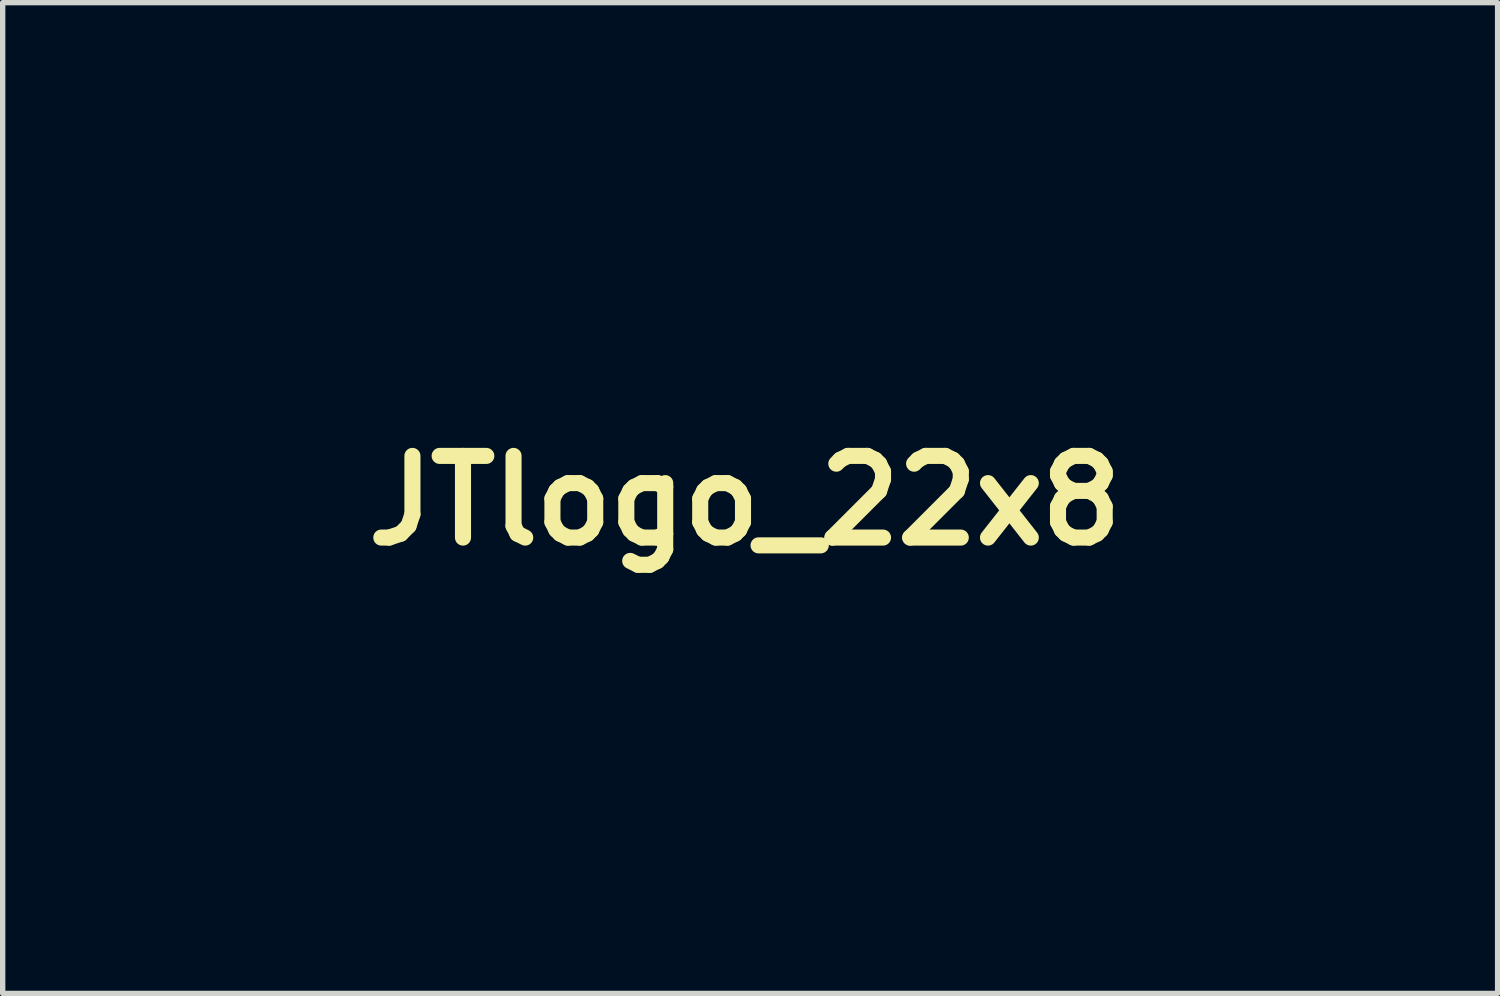
<source format=kicad_pcb>
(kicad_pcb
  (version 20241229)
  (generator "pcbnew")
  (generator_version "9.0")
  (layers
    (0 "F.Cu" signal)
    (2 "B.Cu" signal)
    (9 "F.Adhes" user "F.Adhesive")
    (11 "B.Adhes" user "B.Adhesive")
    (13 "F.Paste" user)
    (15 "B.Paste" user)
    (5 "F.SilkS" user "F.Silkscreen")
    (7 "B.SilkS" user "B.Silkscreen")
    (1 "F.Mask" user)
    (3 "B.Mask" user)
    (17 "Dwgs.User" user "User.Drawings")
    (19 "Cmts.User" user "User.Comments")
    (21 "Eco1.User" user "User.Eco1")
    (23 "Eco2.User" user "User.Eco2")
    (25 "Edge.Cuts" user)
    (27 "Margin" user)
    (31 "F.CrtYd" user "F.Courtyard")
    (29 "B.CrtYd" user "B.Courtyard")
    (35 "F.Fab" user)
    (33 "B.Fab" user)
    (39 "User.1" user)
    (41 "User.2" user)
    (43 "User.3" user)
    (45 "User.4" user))
  (footprint "JTlogo_22x8"
    (layer "F.Cu")
    (at 10.851 6.292)
    (property "Reference" "JTlogo_22x8" (at 0 0 0) (layer "F.SilkS") (effects (font (size 1.524 1.524) (thickness 0.3))))
    (attr through_hole)
    (fp_poly (pts (xy 10.924 -3.396) (xy 10.999 -3.39) (xy 11.034 -3.377) (xy 11.04 -3.354) (xy 11.037 -3.342) (xy 11.021 -3.281) (xy 10.991 -3.171) (xy 10.949 -3.017) (xy 10.899 -2.829) (xy 10.841 -2.612) (xy 10.778 -2.376) (xy 10.711 -2.126) (xy 10.643 -1.871) (xy 10.576 -1.618) (xy 10.511 -1.374) (xy 10.451 -1.147) (xy 10.397 -0.944) (xy 10.352 -0.773) (xy 10.317 -0.641) (xy 10.295 -0.556) (xy 10.287 -0.524) (xy 10.256 -0.521) (xy 10.168 -0.518) (xy 10.028 -0.516) (xy 9.842 -0.513) (xy 9.615 -0.511) (xy 9.355 -0.51) (xy 9.067 -0.509) (xy 8.756 -0.508) (xy 8.62 -0.508) (xy 8.301 -0.508) (xy 8.003 -0.507) (xy 7.73 -0.506) (xy 7.489 -0.504) (xy 7.285 -0.503) (xy 7.125 -0.5) (xy 7.014 -0.498) (xy 6.959 -0.496) (xy 6.953 -0.494) (xy 6.945 -0.463) (xy 6.922 -0.373) (xy 6.884 -0.231) (xy 6.833 -0.039) (xy 6.77 0.199) (xy 6.696 0.478) (xy 6.611 0.795) (xy 6.518 1.145) (xy 6.416 1.524) (xy 6.308 1.93) (xy 6.194 2.357) (xy 6.075 2.802) (xy 6.064 2.842) (xy 5.945 3.288) (xy 5.83 3.717) (xy 5.721 4.124) (xy 5.619 4.506) (xy 5.525 4.859) (xy 5.44 5.179) (xy 5.365 5.461) (xy 5.3 5.703) (xy 5.248 5.899) (xy 5.209 6.046) (xy 5.185 6.14) (xy 5.175 6.177) (xy 5.175 6.178) (xy 5.145 6.18) (xy 5.057 6.183) (xy 4.918 6.185) (xy 4.734 6.187) (xy 4.513 6.189) (xy 4.259 6.19) (xy 3.98 6.191) (xy 3.731 6.191) (xy 3.435 6.191) (xy 3.159 6.19) (xy 2.91 6.189) (xy 2.694 6.188) (xy 2.518 6.186) (xy 2.387 6.184) (xy 2.308 6.182) (xy 2.286 6.18) (xy 2.295 6.145) (xy 2.316 6.077) (xy 2.316 6.077) (xy 2.344 5.985) (xy 2.375 5.874) (xy 2.381 5.85) (xy 2.415 5.715) (xy 3.605 5.715) (xy 3.873 5.715) (xy 4.119 5.713) (xy 4.338 5.711) (xy 4.522 5.709) (xy 4.664 5.705) (xy 4.757 5.702) (xy 4.794 5.698) (xy 4.794 5.697) (xy 4.802 5.665) (xy 4.825 5.577) (xy 4.862 5.437) (xy 4.912 5.251) (xy 4.972 5.022) (xy 5.043 4.757) (xy 5.122 4.459) (xy 5.209 4.135) (xy 5.301 3.788) (xy 5.399 3.423) (xy 5.499 3.046) (xy 5.602 2.661) (xy 5.706 2.273) (xy 5.809 1.888) (xy 5.91 1.509) (xy 6.008 1.142) (xy 6.102 0.792) (xy 6.19 0.463) (xy 6.271 0.161) (xy 6.344 -0.11) (xy 6.407 -0.345) (xy 6.459 -0.539) (xy 6.499 -0.687) (xy 6.525 -0.784) (xy 6.53 -0.802) (xy 6.581 -0.984) (xy 9.904 -0.984) (xy 9.935 -1.103) (xy 9.951 -1.162) (xy 9.981 -1.273) (xy 10.023 -1.43) (xy 10.075 -1.624) (xy 10.134 -1.848) (xy 10.2 -2.093) (xy 10.254 -2.294) (xy 10.321 -2.544) (xy 10.382 -2.775) (xy 10.436 -2.978) (xy 10.481 -3.148) (xy 10.515 -3.276) (xy 10.535 -3.356) (xy 10.541 -3.381) (xy 10.57 -3.389) (xy 10.648 -3.394) (xy 10.759 -3.397) (xy 10.797 -3.397) (xy 10.924 -3.396)) (stroke (width 0.01) (type solid)) (fill no) (layer "Eco2.User"))
    (fp_poly (pts (xy 0.182 -6.286) (xy 0.475 -6.285) (xy 0.714 -6.283) (xy 0.903 -6.28) (xy 1.047 -6.276) (xy 1.15 -6.271) (xy 1.217 -6.265) (xy 1.253 -6.256) (xy 1.262 -6.247) (xy 1.261 -6.246) (xy 1.249 -6.205) (xy 1.223 -6.112) (xy 1.186 -5.978) (xy 1.141 -5.811) (xy 1.09 -5.621) (xy 1.036 -5.417) (xy 0.98 -5.208) (xy 0.926 -5.003) (xy 0.876 -4.812) (xy 0.832 -4.644) (xy 0.796 -4.508) (xy 0.773 -4.414) (xy 0.762 -4.37) (xy 0.762 -4.368) (xy 0.791 -4.36) (xy 0.869 -4.355) (xy 0.98 -4.355) (xy 1.021 -4.356) (xy 1.28 -4.366) (xy 1.335 -4.572) (xy 1.372 -4.708) (xy 1.416 -4.871) (xy 1.458 -5.028) (xy 1.461 -5.04) (xy 1.531 -5.302) (xy 1.784 -5.302) (xy 1.909 -5.301) (xy 1.983 -5.295) (xy 2.017 -5.281) (xy 2.022 -5.258) (xy 2.02 -5.247) (xy 2.006 -5.196) (xy 1.979 -5.097) (xy 1.944 -4.965) (xy 1.904 -4.814) (xy 1.903 -4.811) (xy 1.863 -4.662) (xy 1.828 -4.533) (xy 1.802 -4.439) (xy 1.787 -4.392) (xy 1.787 -4.391) (xy 1.795 -4.385) (xy 1.824 -4.379) (xy 1.879 -4.374) (xy 1.961 -4.37) (xy 2.074 -4.366) (xy 2.22 -4.362) (xy 2.402 -4.359) (xy 2.623 -4.356) (xy 2.885 -4.354) (xy 3.192 -4.351) (xy 3.546 -4.349) (xy 3.949 -4.347) (xy 4.406 -4.346) (xy 4.918 -4.344) (xy 5.489 -4.343) (xy 6.023 -4.342) (xy 10.274 -4.334) (xy 9.894 -2.913) (xy 9.514 -1.492) (xy 7.856 -1.492) (xy 7.473 -1.492) (xy 7.149 -1.491) (xy 6.88 -1.489) (xy 6.662 -1.486) (xy 6.49 -1.483) (xy 6.362 -1.478) (xy 6.271 -1.472) (xy 6.214 -1.465) (xy 6.187 -1.456) (xy 6.184 -1.453) (xy 6.174 -1.417) (xy 6.149 -1.324) (xy 6.11 -1.178) (xy 6.057 -0.983) (xy 5.993 -0.742) (xy 5.917 -0.46) (xy 5.832 -0.14) (xy 5.737 0.212) (xy 5.635 0.594) (xy 5.527 1.002) (xy 5.412 1.43) (xy 5.293 1.876) (xy 5.284 1.913) (xy 4.397 5.238) (xy 2.961 5.238) (xy 2.598 5.238) (xy 2.295 5.237) (xy 2.048 5.234) (xy 1.854 5.231) (xy 1.708 5.226) (xy 1.607 5.22) (xy 1.547 5.212) (xy 1.524 5.203) (xy 1.524 5.202) (xy 1.532 5.168) (xy 1.555 5.077) (xy 1.592 4.936) (xy 1.641 4.749) (xy 1.701 4.522) (xy 1.77 4.26) (xy 1.848 3.968) (xy 1.932 3.652) (xy 2.021 3.316) (xy 2.115 2.966) (xy 2.21 2.608) (xy 2.307 2.246) (xy 2.404 1.886) (xy 2.498 1.532) (xy 2.59 1.191) (xy 2.676 0.868) (xy 2.757 0.567) (xy 2.831 0.294) (xy 2.896 0.055) (xy 2.95 -0.146) (xy 2.993 -0.303) (xy 3.023 -0.411) (xy 3.038 -0.465) (xy 3.04 -0.469) (xy 3.032 -0.479) (xy 2.997 -0.488) (xy 2.929 -0.494) (xy 2.823 -0.499) (xy 2.675 -0.502) (xy 2.478 -0.503) (xy 2.228 -0.502) (xy 1.921 -0.501) (xy 1.901 -0.5) (xy 0.747 -0.492) (xy 0.333 1.048) (xy 0.249 1.359) (xy 0.166 1.66) (xy 0.087 1.943) (xy 0.013 2.201) (xy -0.052 2.426) (xy -0.108 2.612) (xy -0.152 2.752) (xy -0.182 2.837) (xy -0.184 2.842) (xy -0.425 3.351) (xy -0.719 3.831) (xy -1.064 4.28) (xy -1.453 4.692) (xy -1.882 5.064) (xy -2.347 5.393) (xy -2.844 5.674) (xy -3.367 5.903) (xy -3.912 6.077) (xy -4.064 6.115) (xy -4.128 6.128) (xy -4.201 6.139) (xy -4.288 6.148) (xy -4.397 6.156) (xy -4.533 6.162) (xy -4.702 6.167) (xy -4.91 6.171) (xy -5.164 6.174) (xy -5.47 6.176) (xy -5.81 6.179) (xy -6.192 6.181) (xy -6.515 6.181) (xy -6.784 6.18) (xy -7.006 6.177) (xy -7.186 6.173) (xy -7.327 6.167) (xy -7.437 6.16) (xy -7.519 6.15) (xy -7.546 6.145) (xy -7.961 6.041) (xy -8.363 5.886) (xy -8.66 5.733) (xy -8.791 5.644) (xy -8.946 5.521) (xy -9.109 5.378) (xy -9.263 5.23) (xy -9.392 5.092) (xy -9.436 5.038) (xy -9.54 4.905) (xy -9.397 5.019) (xy -9.1 5.225) (xy -8.759 5.408) (xy -8.39 5.559) (xy -8.12 5.641) (xy -8.029 5.657) (xy -7.883 5.67) (xy -7.689 5.682) (xy -7.457 5.692) (xy -7.193 5.701) (xy -6.906 5.707) (xy -6.605 5.711) (xy -6.297 5.714) (xy -5.99 5.714) (xy -5.693 5.712) (xy -5.414 5.708) (xy -5.16 5.702) (xy -4.94 5.693) (xy -4.763 5.682) (xy -4.635 5.669) (xy -4.62 5.666) (xy -4.102 5.549) (xy -3.594 5.372) (xy -3.101 5.14) (xy -2.63 4.857) (xy -2.185 4.528) (xy -1.772 4.157) (xy -1.397 3.747) (xy -1.065 3.303) (xy -0.781 2.829) (xy -0.731 2.732) (xy -0.681 2.63) (xy -0.636 2.535) (xy -0.594 2.441) (xy -0.554 2.341) (xy -0.514 2.231) (xy -0.472 2.104) (xy -0.425 1.953) (xy -0.372 1.773) (xy -0.311 1.557) (xy -0.241 1.3) (xy -0.158 0.996) (xy -0.062 0.637) (xy -0.033 0.532) (xy 0.369 -0.968) (xy 1.77 -0.977) (xy 3.171 -0.985) (xy 3.218 -1.151) (xy 3.25 -1.264) (xy 3.277 -1.365) (xy 3.288 -1.405) (xy 3.309 -1.492) (xy 1.656 -1.492) (xy 1.335 -1.492) (xy 1.034 -1.49) (xy 0.76 -1.488) (xy 0.518 -1.485) (xy 0.315 -1.481) (xy 0.155 -1.476) (xy 0.045 -1.471) (xy -0.009 -1.466) (xy -0.014 -1.464) (xy -0.025 -1.429) (xy -0.051 -1.338) (xy -0.09 -1.198) (xy -0.141 -1.015) (xy -0.201 -0.795) (xy -0.269 -0.543) (xy -0.344 -0.267) (xy -0.423 0.029) (xy -0.429 0.052) (xy -0.53 0.43) (xy -0.618 0.752) (xy -0.693 1.026) (xy -0.758 1.256) (xy -0.815 1.45) (xy -0.866 1.614) (xy -0.912 1.753) (xy -0.956 1.873) (xy -1 1.982) (xy -1.046 2.085) (xy -1.095 2.189) (xy -1.132 2.264) (xy -1.332 2.629) (xy -1.552 2.964) (xy -1.805 3.285) (xy -2.101 3.606) (xy -2.26 3.763) (xy -2.678 4.126) (xy -3.129 4.444) (xy -3.606 4.714) (xy -4.101 4.931) (xy -4.608 5.093) (xy -5.119 5.196) (xy -5.207 5.208) (xy -5.341 5.219) (xy -5.539 5.227) (xy -5.799 5.232) (xy -6.122 5.234) (xy -6.507 5.234) (xy -6.89 5.231) (xy -7.224 5.228) (xy -7.501 5.225) (xy -7.728 5.222) (xy -7.912 5.218) (xy -8.059 5.213) (xy -8.177 5.206) (xy -8.271 5.198) (xy -8.348 5.188) (xy -8.416 5.176) (xy -8.48 5.161) (xy -8.54 5.145) (xy -8.983 4.996) (xy -9.381 4.801) (xy -9.735 4.563) (xy -10.044 4.279) (xy -10.307 3.953) (xy -10.524 3.584) (xy -10.559 3.51) (xy -10.686 3.187) (xy -10.775 2.841) (xy -10.83 2.473) (xy -10.845 2.267) (xy -10.846 2.061) (xy -10.831 1.845) (xy -10.799 1.61) (xy -10.749 1.348) (xy -10.679 1.048) (xy -10.588 0.702) (xy -10.547 0.556) (xy -10.521 0.46) (xy -9.071 0.452) (xy -8.719 0.45) (xy -8.425 0.45) (xy -8.186 0.45) (xy -7.996 0.452) (xy -7.852 0.455) (xy -7.748 0.46) (xy -7.681 0.466) (xy -7.645 0.474) (xy -7.636 0.484) (xy -7.636 0.484) (xy -7.649 0.528) (xy -7.675 0.621) (xy -7.71 0.75) (xy -7.752 0.904) (xy -7.765 0.952) (xy -7.832 1.229) (xy -7.868 1.459) (xy -7.874 1.651) (xy -7.85 1.814) (xy -7.796 1.956) (xy -7.763 2.013) (xy -7.69 2.111) (xy -7.609 2.194) (xy -7.569 2.225) (xy -7.471 2.286) (xy -7.485 2.132) (xy -7.486 1.987) (xy -7.463 1.81) (xy -7.414 1.589) (xy -7.395 1.516) (xy -7.364 1.397) (xy -7.109 1.397) (xy -6.982 1.398) (xy -6.908 1.404) (xy -6.873 1.418) (xy -6.867 1.441) (xy -6.87 1.453) (xy -6.884 1.504) (xy -6.91 1.602) (xy -6.945 1.734) (xy -6.984 1.885) (xy -6.985 1.889) (xy -7.025 2.041) (xy -7.059 2.173) (xy -7.086 2.273) (xy -7.1 2.325) (xy -7.1 2.326) (xy -7.101 2.341) (xy -7.091 2.354) (xy -7.061 2.363) (xy -7.007 2.37) (xy -6.922 2.375) (xy -6.8 2.378) (xy -6.634 2.38) (xy -6.417 2.381) (xy -6.144 2.381) (xy -6.121 2.381) (xy -5.811 2.381) (xy -5.557 2.378) (xy -5.349 2.373) (xy -5.18 2.363) (xy -5.041 2.348) (xy -4.924 2.327) (xy -4.821 2.299) (xy -4.722 2.261) (xy -4.621 2.214) (xy -4.527 2.167) (xy -4.314 2.03) (xy -4.094 1.842) (xy -4.061 1.81) (xy -3.955 1.699) (xy -3.864 1.59) (xy -3.786 1.476) (xy -3.715 1.347) (xy -3.649 1.195) (xy -3.583 1.012) (xy -3.513 0.789) (xy -3.437 0.518) (xy -3.382 0.315) (xy -3.326 0.102) (xy -3.275 -0.091) (xy -3.233 -0.254) (xy -3.201 -0.38) (xy -3.181 -0.461) (xy -3.175 -0.487) (xy -3.205 -0.495) (xy -3.287 -0.501) (xy -3.409 -0.506) (xy -3.56 -0.508) (xy -3.607 -0.508) (xy -4.04 -0.508) (xy -4.021 -0.579) (xy -4.003 -0.652) (xy -3.978 -0.756) (xy -3.965 -0.817) (xy -3.927 -0.983) (xy -3.48 -0.991) (xy -3.032 -1) (xy -2.979 -1.191) (xy -2.954 -1.276) (xy -2.934 -1.343) (xy -2.927 -1.395) (xy -2.937 -1.434) (xy -2.971 -1.461) (xy -3.036 -1.479) (xy -3.136 -1.489) (xy -3.279 -1.495) (xy -3.47 -1.497) (xy -3.715 -1.499) (xy -3.87 -1.5) (xy -4.818 -1.508) (xy -4.651 -2.127) (xy -4.593 -2.344) (xy -4.523 -2.603) (xy -4.447 -2.885) (xy -4.37 -3.172) (xy -4.296 -3.445) (xy -4.269 -3.548) (xy -4.053 -4.35) (xy -3.09 -4.35) (xy -2.85 -4.35) (xy -2.632 -4.351) (xy -2.444 -4.353) (xy -2.292 -4.356) (xy -2.186 -4.358) (xy -2.132 -4.362) (xy -2.127 -4.363) (xy -2.119 -4.396) (xy -2.097 -4.482) (xy -2.063 -4.614) (xy -2.018 -4.783) (xy -1.966 -4.98) (xy -1.907 -5.2) (xy -1.904 -5.212) (xy -1.843 -5.439) (xy -1.786 -5.652) (xy -1.736 -5.84) (xy -1.694 -5.996) (xy -1.664 -6.108) (xy -1.649 -6.167) (xy -1.617 -6.287) (xy -0.17 -6.287) (xy 0.182 -6.286)) (stroke (width 0.01) (type solid)) (fill no) (layer "Eco2.User")))
  (gr_rect
    (start -3 -3)
    (end 24.896 15.488)
    (stroke (width 0.1) (type default))
    (fill no)
    (layer "Edge.Cuts")))
</source>
